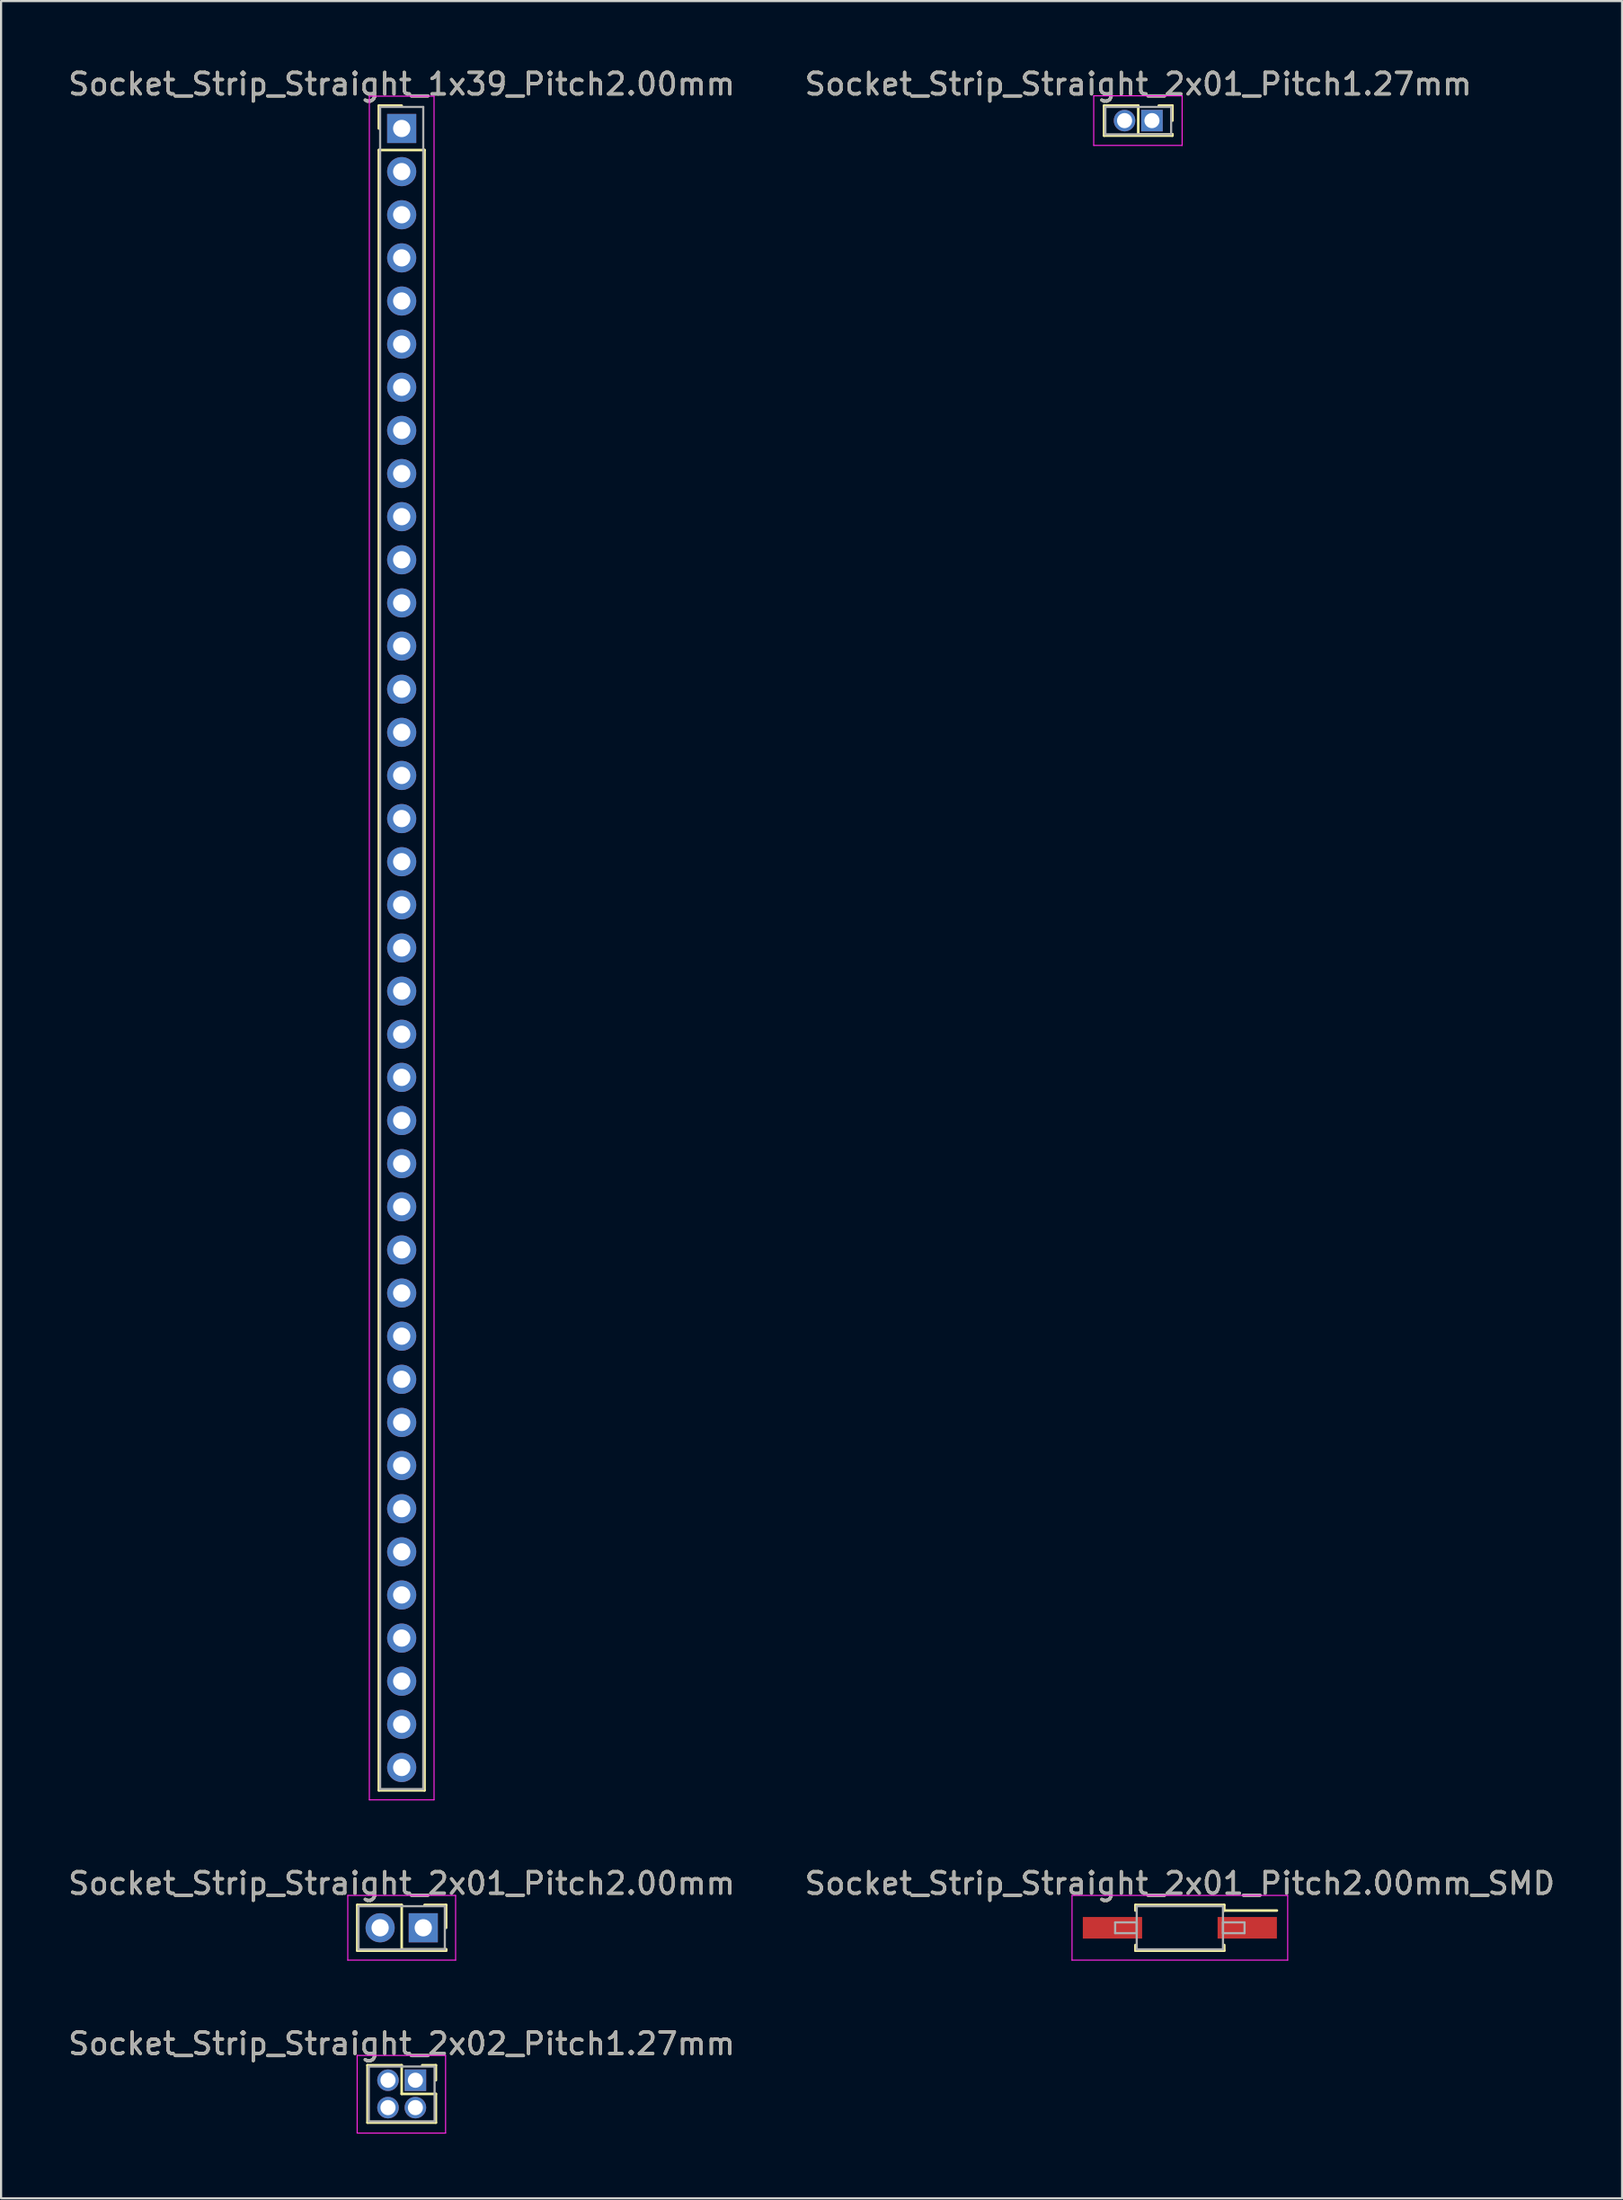
<source format=kicad_pcb>
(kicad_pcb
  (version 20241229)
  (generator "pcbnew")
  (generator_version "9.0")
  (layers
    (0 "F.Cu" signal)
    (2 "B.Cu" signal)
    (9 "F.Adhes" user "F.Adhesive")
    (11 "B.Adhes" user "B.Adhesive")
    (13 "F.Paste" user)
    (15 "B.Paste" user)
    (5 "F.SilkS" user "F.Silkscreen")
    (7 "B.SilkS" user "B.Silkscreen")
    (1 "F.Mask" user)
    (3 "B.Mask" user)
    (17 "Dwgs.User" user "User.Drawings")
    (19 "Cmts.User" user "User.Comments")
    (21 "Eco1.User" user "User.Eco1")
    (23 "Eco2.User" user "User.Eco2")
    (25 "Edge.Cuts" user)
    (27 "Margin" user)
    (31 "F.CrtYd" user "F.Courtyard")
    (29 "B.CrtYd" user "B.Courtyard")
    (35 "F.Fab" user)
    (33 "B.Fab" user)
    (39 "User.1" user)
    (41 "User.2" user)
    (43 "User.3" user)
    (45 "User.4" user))
  (footprint "Socket_Strip_Straight_2x01_Pitch1.27mm"
    (layer "F.Cu")
    (at 50.367 2.543)
    (property "Reference" "Socket_Strip_Straight_2x01_Pitch1.27mm" (at -0.635 -1.695 0) (layer "F.SilkS") (effects (font (size 1 1) (thickness 0.15))))
    (attr through_hole)
    (fp_line (start -2.22 -0.695) (end -0.635 -0.695) (stroke (width 0.12) (type solid)) (layer "F.SilkS"))
    (fp_line (start -2.22 0.695) (end -2.22 -0.695) (stroke (width 0.12) (type solid)) (layer "F.SilkS"))
    (fp_line (start -0.635 -0.695) (end -0.635 0.635) (stroke (width 0.12) (type solid)) (layer "F.SilkS"))
    (fp_line (start -0.635 0.635) (end 0.95 0.635) (stroke (width 0.12) (type solid)) (layer "F.SilkS"))
    (fp_line (start 0.95 -0.695) (end 0.315 -0.695) (stroke (width 0.12) (type solid)) (layer "F.SilkS"))
    (fp_line (start 0.95 0) (end 0.95 -0.695) (stroke (width 0.12) (type solid)) (layer "F.SilkS"))
    (fp_line (start 0.95 0.635) (end 0.95 0.695) (stroke (width 0.12) (type solid)) (layer "F.SilkS"))
    (fp_line (start 0.95 0.695) (end -2.22 0.695) (stroke (width 0.12) (type solid)) (layer "F.SilkS"))
    (fp_line (start -2.7 -1.15) (end -2.7 1.15) (stroke (width 0.05) (type solid)) (layer "F.CrtYd"))
    (fp_line (start -2.7 1.15) (end 1.4 1.15) (stroke (width 0.05) (type solid)) (layer "F.CrtYd"))
    (fp_line (start 1.4 -1.15) (end -2.7 -1.15) (stroke (width 0.05) (type solid)) (layer "F.CrtYd"))
    (fp_line (start 1.4 1.15) (end 1.4 -1.15) (stroke (width 0.05) (type solid)) (layer "F.CrtYd"))
    (fp_line (start -2.16 -0.635) (end -2.16 0.635) (stroke (width 0.1) (type solid)) (layer "F.Fab"))
    (fp_line (start -2.16 0.635) (end 0.89 0.635) (stroke (width 0.1) (type solid)) (layer "F.Fab"))
    (fp_line (start 0.89 -0.635) (end -2.16 -0.635) (stroke (width 0.1) (type solid)) (layer "F.Fab"))
    (fp_line (start 0.89 0.635) (end 0.89 -0.635) (stroke (width 0.1) (type solid)) (layer "F.Fab"))
    (fp_text user "${REFERENCE}" (at -0.635 -1.695 0) (layer "F.Fab") (effects (font (size 1 1) (thickness 0.15))))
    (pad "1" thru_hole rect (at 0 0) (size 1 1) (drill 0.7) (layers "*.Cu" "*.Mask"))
    (pad "2" thru_hole oval (at -1.27 0) (size 1 1) (drill 0.7) (layers "*.Cu" "*.Mask")))
  (footprint "Socket_Strip_Straight_2x01_Pitch2.00mm"
    (layer "F.Cu")
    (at 16.577 86.341)
    (property "Reference" "Socket_Strip_Straight_2x01_Pitch2.00mm" (at -1 -2.06 0) (layer "F.SilkS") (effects (font (size 1 1) (thickness 0.15))))
    (attr through_hole)
    (fp_line (start -3.06 -1.06) (end -1 -1.06) (stroke (width 0.12) (type solid)) (layer "F.SilkS"))
    (fp_line (start -3.06 1.06) (end -3.06 -1.06) (stroke (width 0.12) (type solid)) (layer "F.SilkS"))
    (fp_line (start -1 -1.06) (end -1 1) (stroke (width 0.12) (type solid)) (layer "F.SilkS"))
    (fp_line (start -1 1) (end 1.06 1) (stroke (width 0.12) (type solid)) (layer "F.SilkS"))
    (fp_line (start 1.06 -1.06) (end 0.06 -1.06) (stroke (width 0.12) (type solid)) (layer "F.SilkS"))
    (fp_line (start 1.06 0) (end 1.06 -1.06) (stroke (width 0.12) (type solid)) (layer "F.SilkS"))
    (fp_line (start 1.06 1) (end 1.06 1.06) (stroke (width 0.12) (type solid)) (layer "F.SilkS"))
    (fp_line (start 1.06 1.06) (end -3.06 1.06) (stroke (width 0.12) (type solid)) (layer "F.SilkS"))
    (fp_line (start -3.5 -1.5) (end -3.5 1.5) (stroke (width 0.05) (type solid)) (layer "F.CrtYd"))
    (fp_line (start -3.5 1.5) (end 1.5 1.5) (stroke (width 0.05) (type solid)) (layer "F.CrtYd"))
    (fp_line (start 1.5 -1.5) (end -3.5 -1.5) (stroke (width 0.05) (type solid)) (layer "F.CrtYd"))
    (fp_line (start 1.5 1.5) (end 1.5 -1.5) (stroke (width 0.05) (type solid)) (layer "F.CrtYd"))
    (fp_line (start -3 -1) (end -3 1) (stroke (width 0.1) (type solid)) (layer "F.Fab"))
    (fp_line (start -3 1) (end 1 1) (stroke (width 0.1) (type solid)) (layer "F.Fab"))
    (fp_line (start 1 -1) (end -3 -1) (stroke (width 0.1) (type solid)) (layer "F.Fab"))
    (fp_line (start 1 1) (end 1 -1) (stroke (width 0.1) (type solid)) (layer "F.Fab"))
    (fp_text user "${REFERENCE}" (at -1 -2.06 0) (layer "F.Fab") (effects (font (size 1 1) (thickness 0.15))))
    (pad "1" thru_hole rect (at 0 0) (size 1.35 1.35) (drill 0.8) (layers "*.Cu" "*.Mask"))
    (pad "2" thru_hole oval (at -2 0) (size 1.35 1.35) (drill 0.8) (layers "*.Cu" "*.Mask")))
  (footprint "Socket_Strip_Straight_2x02_Pitch1.27mm"
    (layer "F.Cu")
    (at 16.212 93.41)
    (property "Reference" "Socket_Strip_Straight_2x02_Pitch1.27mm" (at -0.635 -1.695 0) (layer "F.SilkS") (effects (font (size 1 1) (thickness 0.15))))
    (attr through_hole)
    (fp_line (start -2.22 -0.695) (end -0.635 -0.695) (stroke (width 0.12) (type solid)) (layer "F.SilkS"))
    (fp_line (start -2.22 1.965) (end -2.22 -0.695) (stroke (width 0.12) (type solid)) (layer "F.SilkS"))
    (fp_line (start -0.635 -0.695) (end -0.635 0.635) (stroke (width 0.12) (type solid)) (layer "F.SilkS"))
    (fp_line (start -0.635 0.635) (end 0.95 0.635) (stroke (width 0.12) (type solid)) (layer "F.SilkS"))
    (fp_line (start 0.95 -0.695) (end 0.315 -0.695) (stroke (width 0.12) (type solid)) (layer "F.SilkS"))
    (fp_line (start 0.95 0) (end 0.95 -0.695) (stroke (width 0.12) (type solid)) (layer "F.SilkS"))
    (fp_line (start 0.95 0.635) (end 0.95 1.965) (stroke (width 0.12) (type solid)) (layer "F.SilkS"))
    (fp_line (start 0.95 1.965) (end -2.22 1.965) (stroke (width 0.12) (type solid)) (layer "F.SilkS"))
    (fp_line (start -2.7 -1.15) (end -2.7 2.45) (stroke (width 0.05) (type solid)) (layer "F.CrtYd"))
    (fp_line (start -2.7 2.45) (end 1.4 2.45) (stroke (width 0.05) (type solid)) (layer "F.CrtYd"))
    (fp_line (start 1.4 -1.15) (end -2.7 -1.15) (stroke (width 0.05) (type solid)) (layer "F.CrtYd"))
    (fp_line (start 1.4 2.45) (end 1.4 -1.15) (stroke (width 0.05) (type solid)) (layer "F.CrtYd"))
    (fp_line (start -2.16 -0.635) (end -2.16 1.905) (stroke (width 0.1) (type solid)) (layer "F.Fab"))
    (fp_line (start -2.16 1.905) (end 0.89 1.905) (stroke (width 0.1) (type solid)) (layer "F.Fab"))
    (fp_line (start 0.89 -0.635) (end -2.16 -0.635) (stroke (width 0.1) (type solid)) (layer "F.Fab"))
    (fp_line (start 0.89 1.905) (end 0.89 -0.635) (stroke (width 0.1) (type solid)) (layer "F.Fab"))
    (fp_text user "${REFERENCE}" (at -0.635 -1.695 0) (layer "F.Fab") (effects (font (size 1 1) (thickness 0.15))))
    (pad "1" thru_hole rect (at 0 0) (size 1 1) (drill 0.7) (layers "*.Cu" "*.Mask"))
    (pad "2" thru_hole oval (at -1.27 0) (size 1 1) (drill 0.7) (layers "*.Cu" "*.Mask"))
    (pad "3" thru_hole oval (at 0 1.27) (size 1 1) (drill 0.7) (layers "*.Cu" "*.Mask"))
    (pad "4" thru_hole oval (at -1.27 1.27) (size 1 1) (drill 0.7) (layers "*.Cu" "*.Mask")))
  (footprint "Socket_Strip_Straight_1x39_Pitch2.00mm"
    (layer "F.Cu")
    (at 15.577 2.908)
    (property "Reference" "Socket_Strip_Straight_1x39_Pitch2.00mm" (at 0 -2.06 0) (layer "F.SilkS") (effects (font (size 1 1) (thickness 0.15))))
    (attr through_hole)
    (fp_line (start -1.06 -1.06) (end 0 -1.06) (stroke (width 0.12) (type solid)) (layer "F.SilkS"))
    (fp_line (start -1.06 0) (end -1.06 -1.06) (stroke (width 0.12) (type solid)) (layer "F.SilkS"))
    (fp_line (start -1.06 1) (end -1.06 77.06) (stroke (width 0.12) (type solid)) (layer "F.SilkS"))
    (fp_line (start -1.06 77.06) (end 1.06 77.06) (stroke (width 0.12) (type solid)) (layer "F.SilkS"))
    (fp_line (start 1.06 1) (end -1.06 1) (stroke (width 0.12) (type solid)) (layer "F.SilkS"))
    (fp_line (start 1.06 77.06) (end 1.06 1) (stroke (width 0.12) (type solid)) (layer "F.SilkS"))
    (fp_line (start -1.5 -1.5) (end -1.5 77.5) (stroke (width 0.05) (type solid)) (layer "F.CrtYd"))
    (fp_line (start -1.5 77.5) (end 1.5 77.5) (stroke (width 0.05) (type solid)) (layer "F.CrtYd"))
    (fp_line (start 1.5 -1.5) (end -1.5 -1.5) (stroke (width 0.05) (type solid)) (layer "F.CrtYd"))
    (fp_line (start 1.5 77.5) (end 1.5 -1.5) (stroke (width 0.05) (type solid)) (layer "F.CrtYd"))
    (fp_line (start -1 -1) (end -1 77) (stroke (width 0.1) (type solid)) (layer "F.Fab"))
    (fp_line (start -1 77) (end 1 77) (stroke (width 0.1) (type solid)) (layer "F.Fab"))
    (fp_line (start 1 -1) (end -1 -1) (stroke (width 0.1) (type solid)) (layer "F.Fab"))
    (fp_line (start 1 77) (end 1 -1) (stroke (width 0.1) (type solid)) (layer "F.Fab"))
    (fp_text user "${REFERENCE}" (at 0 -2.06 0) (layer "F.Fab") (effects (font (size 1 1) (thickness 0.15))))
    (pad "1" thru_hole rect (at 0 0) (size 1.35 1.35) (drill 0.8) (layers "*.Cu" "*.Mask"))
    (pad "2" thru_hole oval (at 0 2) (size 1.35 1.35) (drill 0.8) (layers "*.Cu" "*.Mask"))
    (pad "3" thru_hole oval (at 0 4) (size 1.35 1.35) (drill 0.8) (layers "*.Cu" "*.Mask"))
    (pad "4" thru_hole oval (at 0 6) (size 1.35 1.35) (drill 0.8) (layers "*.Cu" "*.Mask"))
    (pad "5" thru_hole oval (at 0 8) (size 1.35 1.35) (drill 0.8) (layers "*.Cu" "*.Mask"))
    (pad "6" thru_hole oval (at 0 10) (size 1.35 1.35) (drill 0.8) (layers "*.Cu" "*.Mask"))
    (pad "7" thru_hole oval (at 0 12) (size 1.35 1.35) (drill 0.8) (layers "*.Cu" "*.Mask"))
    (pad "8" thru_hole oval (at 0 14) (size 1.35 1.35) (drill 0.8) (layers "*.Cu" "*.Mask"))
    (pad "9" thru_hole oval (at 0 16) (size 1.35 1.35) (drill 0.8) (layers "*.Cu" "*.Mask"))
    (pad "10" thru_hole oval (at 0 18) (size 1.35 1.35) (drill 0.8) (layers "*.Cu" "*.Mask"))
    (pad "11" thru_hole oval (at 0 20) (size 1.35 1.35) (drill 0.8) (layers "*.Cu" "*.Mask"))
    (pad "12" thru_hole oval (at 0 22) (size 1.35 1.35) (drill 0.8) (layers "*.Cu" "*.Mask"))
    (pad "13" thru_hole oval (at 0 24) (size 1.35 1.35) (drill 0.8) (layers "*.Cu" "*.Mask"))
    (pad "14" thru_hole oval (at 0 26) (size 1.35 1.35) (drill 0.8) (layers "*.Cu" "*.Mask"))
    (pad "15" thru_hole oval (at 0 28) (size 1.35 1.35) (drill 0.8) (layers "*.Cu" "*.Mask"))
    (pad "16" thru_hole oval (at 0 30) (size 1.35 1.35) (drill 0.8) (layers "*.Cu" "*.Mask"))
    (pad "17" thru_hole oval (at 0 32) (size 1.35 1.35) (drill 0.8) (layers "*.Cu" "*.Mask"))
    (pad "18" thru_hole oval (at 0 34) (size 1.35 1.35) (drill 0.8) (layers "*.Cu" "*.Mask"))
    (pad "19" thru_hole oval (at 0 36) (size 1.35 1.35) (drill 0.8) (layers "*.Cu" "*.Mask"))
    (pad "20" thru_hole oval (at 0 38) (size 1.35 1.35) (drill 0.8) (layers "*.Cu" "*.Mask"))
    (pad "21" thru_hole oval (at 0 40) (size 1.35 1.35) (drill 0.8) (layers "*.Cu" "*.Mask"))
    (pad "22" thru_hole oval (at 0 42) (size 1.35 1.35) (drill 0.8) (layers "*.Cu" "*.Mask"))
    (pad "23" thru_hole oval (at 0 44) (size 1.35 1.35) (drill 0.8) (layers "*.Cu" "*.Mask"))
    (pad "24" thru_hole oval (at 0 46) (size 1.35 1.35) (drill 0.8) (layers "*.Cu" "*.Mask"))
    (pad "25" thru_hole oval (at 0 48) (size 1.35 1.35) (drill 0.8) (layers "*.Cu" "*.Mask"))
    (pad "26" thru_hole oval (at 0 50) (size 1.35 1.35) (drill 0.8) (layers "*.Cu" "*.Mask"))
    (pad "27" thru_hole oval (at 0 52) (size 1.35 1.35) (drill 0.8) (layers "*.Cu" "*.Mask"))
    (pad "28" thru_hole oval (at 0 54) (size 1.35 1.35) (drill 0.8) (layers "*.Cu" "*.Mask"))
    (pad "29" thru_hole oval (at 0 56) (size 1.35 1.35) (drill 0.8) (layers "*.Cu" "*.Mask"))
    (pad "30" thru_hole oval (at 0 58) (size 1.35 1.35) (drill 0.8) (layers "*.Cu" "*.Mask"))
    (pad "31" thru_hole oval (at 0 60) (size 1.35 1.35) (drill 0.8) (layers "*.Cu" "*.Mask"))
    (pad "32" thru_hole oval (at 0 62) (size 1.35 1.35) (drill 0.8) (layers "*.Cu" "*.Mask"))
    (pad "33" thru_hole oval (at 0 64) (size 1.35 1.35) (drill 0.8) (layers "*.Cu" "*.Mask"))
    (pad "34" thru_hole oval (at 0 66) (size 1.35 1.35) (drill 0.8) (layers "*.Cu" "*.Mask"))
    (pad "35" thru_hole oval (at 0 68) (size 1.35 1.35) (drill 0.8) (layers "*.Cu" "*.Mask"))
    (pad "36" thru_hole oval (at 0 70) (size 1.35 1.35) (drill 0.8) (layers "*.Cu" "*.Mask"))
    (pad "37" thru_hole oval (at 0 72) (size 1.35 1.35) (drill 0.8) (layers "*.Cu" "*.Mask"))
    (pad "38" thru_hole oval (at 0 74) (size 1.35 1.35) (drill 0.8) (layers "*.Cu" "*.Mask"))
    (pad "39" thru_hole oval (at 0 76) (size 1.35 1.35) (drill 0.8) (layers "*.Cu" "*.Mask")))
  (footprint "Socket_Strip_Straight_2x01_Pitch2.00mm_SMD"
    (layer "F.Cu")
    (at 51.661 86.341)
    (property "Reference" "Socket_Strip_Straight_2x01_Pitch2.00mm_SMD" (at 0 -2.06 0) (layer "F.SilkS") (effects (font (size 1 1) (thickness 0.15))))
    (attr smd)
    (fp_line (start -2.06 -1.06) (end 2.06 -1.06) (stroke (width 0.12) (type solid)) (layer "F.SilkS"))
    (fp_line (start -2.06 -0.8) (end -2.06 -1.06) (stroke (width 0.12) (type solid)) (layer "F.SilkS"))
    (fp_line (start -2.06 0.8) (end -2.06 1.06) (stroke (width 0.12) (type solid)) (layer "F.SilkS"))
    (fp_line (start -2.06 1.06) (end 2.06 1.06) (stroke (width 0.12) (type solid)) (layer "F.SilkS"))
    (fp_line (start 2.06 -1.06) (end 2.06 -0.8) (stroke (width 0.12) (type solid)) (layer "F.SilkS"))
    (fp_line (start 2.06 1.06) (end 2.06 0.8) (stroke (width 0.12) (type solid)) (layer "F.SilkS"))
    (fp_line (start 4.5 -0.8) (end 2.06 -0.8) (stroke (width 0.12) (type solid)) (layer "F.SilkS"))
    (fp_line (start -5 -1.5) (end -5 1.5) (stroke (width 0.05) (type solid)) (layer "F.CrtYd"))
    (fp_line (start -5 1.5) (end 5 1.5) (stroke (width 0.05) (type solid)) (layer "F.CrtYd"))
    (fp_line (start 5 -1.5) (end -5 -1.5) (stroke (width 0.05) (type solid)) (layer "F.CrtYd"))
    (fp_line (start 5 1.5) (end 5 -1.5) (stroke (width 0.05) (type solid)) (layer "F.CrtYd"))
    (fp_line (start -3 -0.25) (end -2 -0.25) (stroke (width 0.1) (type solid)) (layer "F.Fab"))
    (fp_line (start -3 0.25) (end -3 -0.25) (stroke (width 0.1) (type solid)) (layer "F.Fab"))
    (fp_line (start -2 -1) (end -2 1) (stroke (width 0.1) (type solid)) (layer "F.Fab"))
    (fp_line (start -2 -0.25) (end -2 0.25) (stroke (width 0.1) (type solid)) (layer "F.Fab"))
    (fp_line (start -2 0.25) (end -3 0.25) (stroke (width 0.1) (type solid)) (layer "F.Fab"))
    (fp_line (start -2 1) (end 2 1) (stroke (width 0.1) (type solid)) (layer "F.Fab"))
    (fp_line (start 2 -1) (end -2 -1) (stroke (width 0.1) (type solid)) (layer "F.Fab"))
    (fp_line (start 2 -0.25) (end 2 0.25) (stroke (width 0.1) (type solid)) (layer "F.Fab"))
    (fp_line (start 2 0.25) (end 3 0.25) (stroke (width 0.1) (type solid)) (layer "F.Fab"))
    (fp_line (start 2 1) (end 2 -1) (stroke (width 0.1) (type solid)) (layer "F.Fab"))
    (fp_line (start 3 -0.25) (end 2 -0.25) (stroke (width 0.1) (type solid)) (layer "F.Fab"))
    (fp_line (start 3 0.25) (end 3 -0.25) (stroke (width 0.1) (type solid)) (layer "F.Fab"))
    (fp_text user "${REFERENCE}" (at 0 -2.06 0) (layer "F.Fab") (effects (font (size 1 1) (thickness 0.15))))
    (pad "1" smd rect (at 3.125 0) (size 2.75 1) (layers "F.Cu" "F.Mask" "F.Paste"))
    (pad "2" smd rect (at -3.125 0) (size 2.75 1) (layers "F.Cu" "F.Mask" "F.Paste")))
  (gr_rect
    (start -3 -3)
    (end 72.167 98.885)
    (stroke (width 0.1) (type default))
    (fill no)
    (layer "Edge.Cuts")))
</source>
